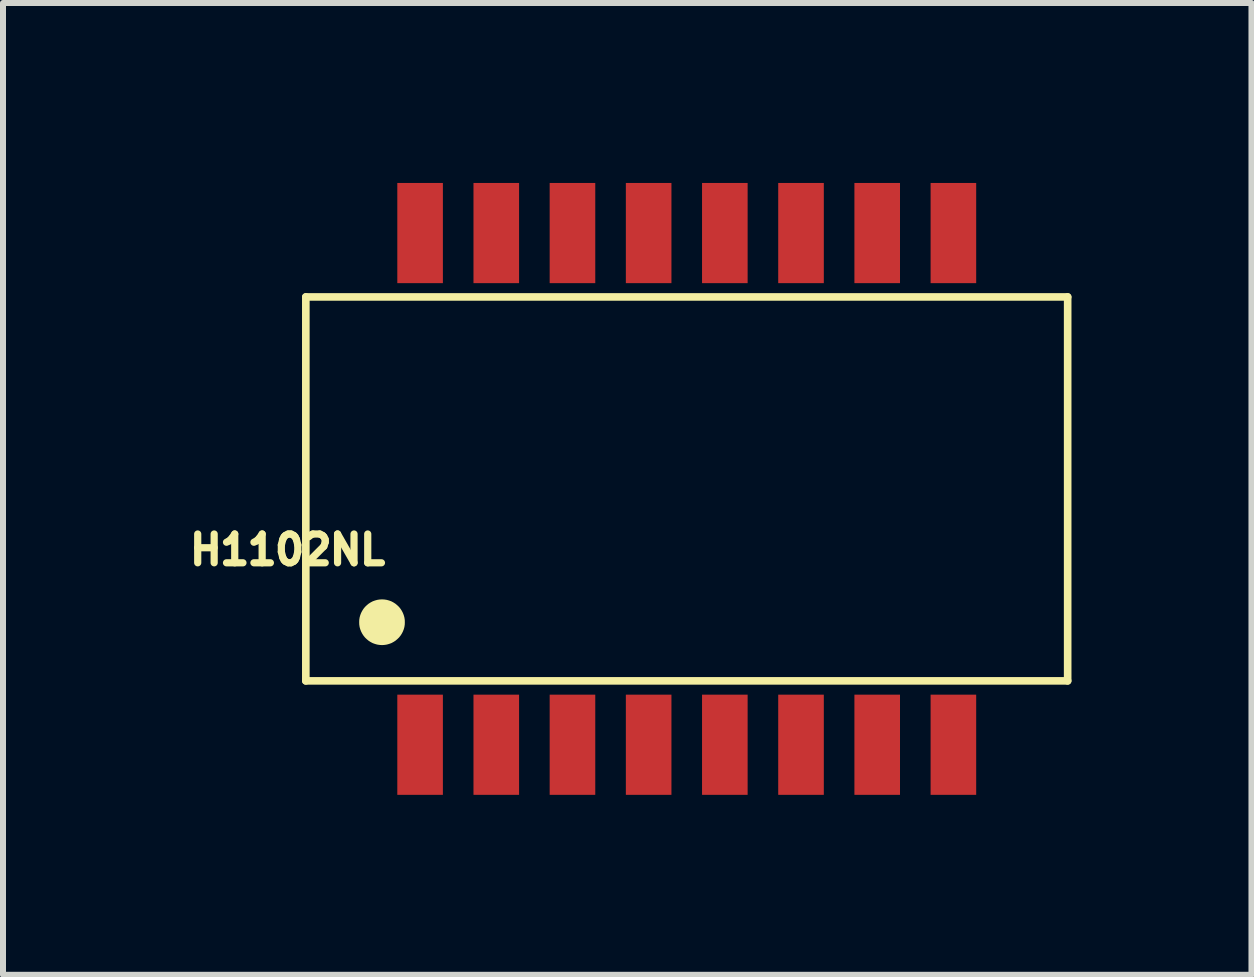
<source format=kicad_pcb>
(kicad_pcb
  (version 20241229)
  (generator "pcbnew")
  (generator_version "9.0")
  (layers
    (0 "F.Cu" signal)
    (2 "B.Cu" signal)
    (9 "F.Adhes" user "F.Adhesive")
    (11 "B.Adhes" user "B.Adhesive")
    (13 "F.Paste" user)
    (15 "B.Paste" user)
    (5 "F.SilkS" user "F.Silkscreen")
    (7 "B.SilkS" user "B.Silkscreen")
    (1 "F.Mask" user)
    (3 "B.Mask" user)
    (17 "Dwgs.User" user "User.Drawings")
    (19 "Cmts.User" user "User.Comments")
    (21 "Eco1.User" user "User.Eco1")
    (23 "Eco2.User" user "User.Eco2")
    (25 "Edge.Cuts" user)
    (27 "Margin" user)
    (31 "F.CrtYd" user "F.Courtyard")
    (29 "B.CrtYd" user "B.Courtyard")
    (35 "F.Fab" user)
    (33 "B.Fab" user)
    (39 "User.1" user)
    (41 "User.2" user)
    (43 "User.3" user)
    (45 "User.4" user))
  (footprint "H1102NL"
    (layer "F.Cu")
    (at 8.398 5.1)
    (property "Reference" "H1102NL" (at -6.655 1.016 180) (layer "F.SilkS") (effects (font (size 0.48 0.48) (thickness 0.15))))
    (attr smd)
    (fp_line (start -6.35 -3.2) (end -6.35 3.2) (stroke (width 0.127) (type solid)) (layer "F.SilkS"))
    (fp_line (start -6.35 3.2) (end 6.35 3.2) (stroke (width 0.127) (type solid)) (layer "F.SilkS"))
    (fp_line (start 6.35 -3.2) (end -6.35 -3.2) (stroke (width 0.127) (type solid)) (layer "F.SilkS"))
    (fp_line (start 6.35 3.2) (end 6.35 -3.2) (stroke (width 0.127) (type solid)) (layer "F.SilkS"))
    (fp_poly (pts (xy -5.08 1.905) (xy -5.047 1.907) (xy -5.014 1.912) (xy -4.982 1.921) (xy -4.951 1.932) (xy -4.921 1.948) (xy -4.893 1.966) (xy -4.868 1.987) (xy -4.844 2.01) (xy -4.823 2.036) (xy -4.805 2.064) (xy -4.79 2.093) (xy -4.778 2.124) (xy -4.769 2.156) (xy -4.764 2.189) (xy -4.763 2.223) (xy -4.764 2.256) (xy -4.769 2.289) (xy -4.778 2.321) (xy -4.79 2.352) (xy -4.805 2.381) (xy -4.823 2.409) (xy -4.844 2.435) (xy -4.868 2.458) (xy -4.893 2.479) (xy -4.921 2.497) (xy -4.951 2.513) (xy -4.982 2.524) (xy -5.014 2.533) (xy -5.047 2.538) (xy -5.08 2.54) (xy -5.113 2.538) (xy -5.146 2.533) (xy -5.178 2.524) (xy -5.209 2.513) (xy -5.239 2.497) (xy -5.267 2.479) (xy -5.292 2.458) (xy -5.316 2.435) (xy -5.337 2.409) (xy -5.355 2.381) (xy -5.37 2.352) (xy -5.382 2.321) (xy -5.391 2.289) (xy -5.396 2.256) (xy -5.397 2.223) (xy -5.396 2.189) (xy -5.391 2.156) (xy -5.382 2.124) (xy -5.37 2.093) (xy -5.355 2.064) (xy -5.337 2.036) (xy -5.316 2.01) (xy -5.292 1.987) (xy -5.267 1.966) (xy -5.239 1.948) (xy -5.209 1.932) (xy -5.178 1.921) (xy -5.146 1.912) (xy -5.113 1.907) (xy -5.08 1.905)) (stroke (width 0.127) (type solid)) (fill yes) (layer "F.SilkS"))
    (pad "1" smd rect (at -4.445 4.265) (size 0.76 1.67) (layers "F.Cu" "F.Mask" "F.Paste"))
    (pad "2" smd rect (at -3.175 4.265) (size 0.76 1.67) (layers "F.Cu" "F.Mask" "F.Paste"))
    (pad "3" smd rect (at -1.905 4.265) (size 0.76 1.67) (layers "F.Cu" "F.Mask" "F.Paste"))
    (pad "4" smd rect (at -0.635 4.265) (size 0.76 1.67) (layers "F.Cu" "F.Mask" "F.Paste"))
    (pad "5" smd rect (at 0.635 4.265) (size 0.76 1.67) (layers "F.Cu" "F.Mask" "F.Paste"))
    (pad "6" smd rect (at 1.905 4.265) (size 0.76 1.67) (layers "F.Cu" "F.Mask" "F.Paste"))
    (pad "7" smd rect (at 3.175 4.265) (size 0.76 1.67) (layers "F.Cu" "F.Mask" "F.Paste"))
    (pad "8" smd rect (at 4.445 4.265) (size 0.76 1.67) (layers "F.Cu" "F.Mask" "F.Paste"))
    (pad "9" smd rect (at 4.445 -4.265) (size 0.76 1.67) (layers "F.Cu" "F.Mask" "F.Paste"))
    (pad "10" smd rect (at 3.175 -4.265) (size 0.76 1.67) (layers "F.Cu" "F.Mask" "F.Paste"))
    (pad "11" smd rect (at 1.905 -4.265) (size 0.76 1.67) (layers "F.Cu" "F.Mask" "F.Paste"))
    (pad "12" smd rect (at 0.635 -4.265) (size 0.76 1.67) (layers "F.Cu" "F.Mask" "F.Paste"))
    (pad "13" smd rect (at -0.635 -4.265) (size 0.76 1.67) (layers "F.Cu" "F.Mask" "F.Paste"))
    (pad "14" smd rect (at -1.905 -4.265) (size 0.76 1.67) (layers "F.Cu" "F.Mask" "F.Paste"))
    (pad "15" smd rect (at -3.175 -4.265) (size 0.76 1.67) (layers "F.Cu" "F.Mask" "F.Paste"))
    (pad "16" smd rect (at -4.445 -4.265) (size 0.76 1.67) (layers "F.Cu" "F.Mask" "F.Paste")))
  (gr_rect
    (start -3 -3)
    (end 17.812 13.2)
    (stroke (width 0.1) (type default))
    (fill no)
    (layer "Edge.Cuts")))
</source>
